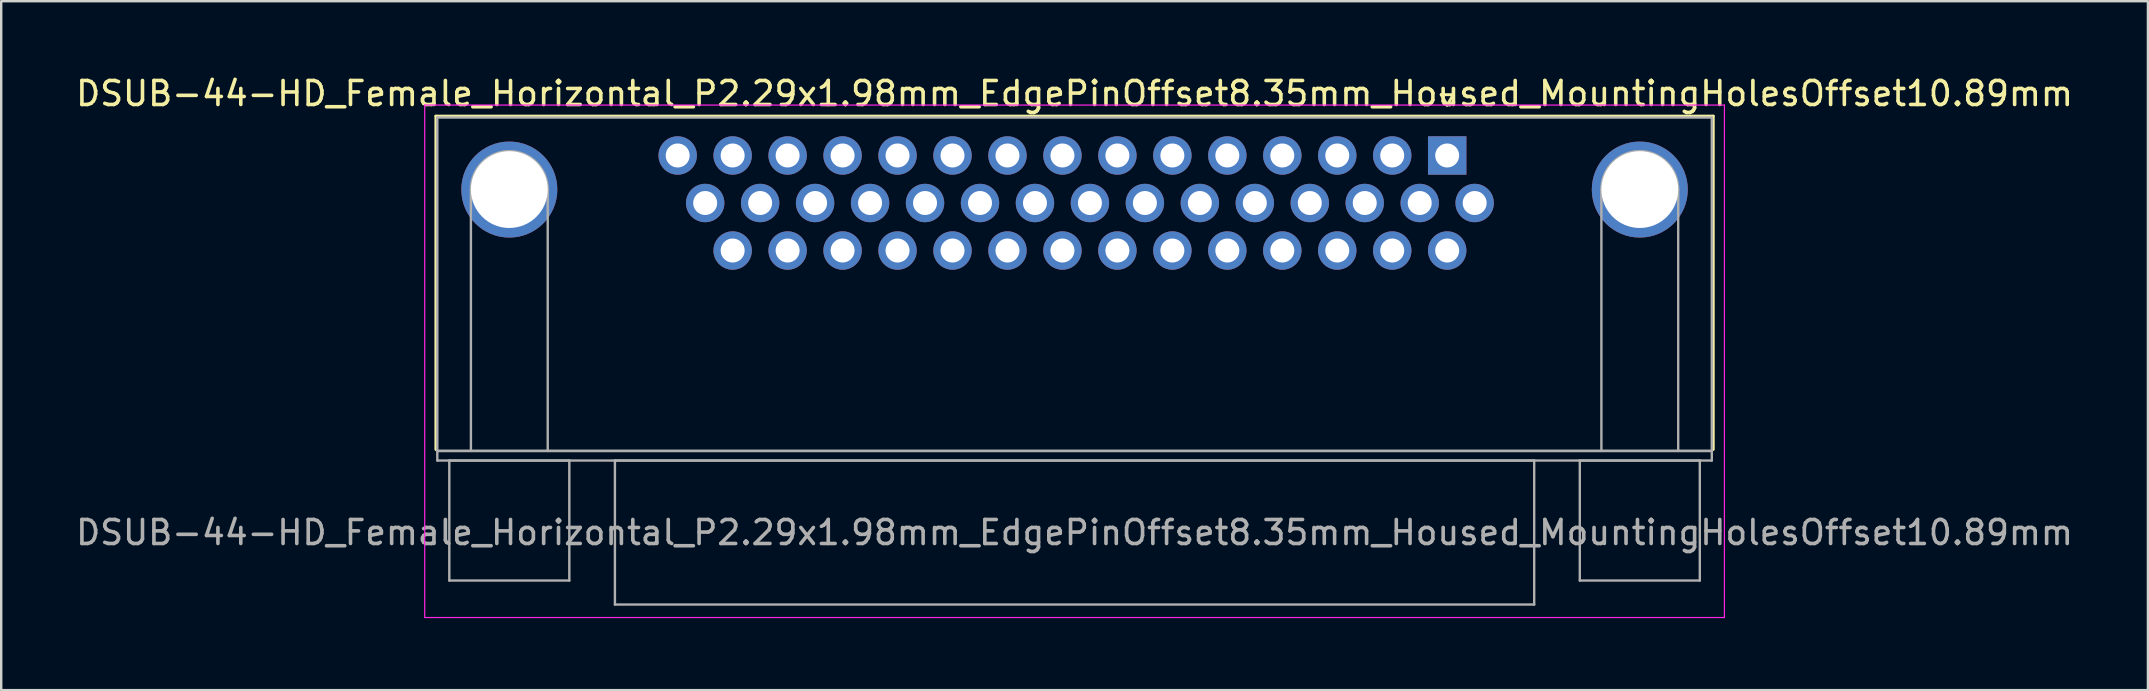
<source format=kicad_pcb>
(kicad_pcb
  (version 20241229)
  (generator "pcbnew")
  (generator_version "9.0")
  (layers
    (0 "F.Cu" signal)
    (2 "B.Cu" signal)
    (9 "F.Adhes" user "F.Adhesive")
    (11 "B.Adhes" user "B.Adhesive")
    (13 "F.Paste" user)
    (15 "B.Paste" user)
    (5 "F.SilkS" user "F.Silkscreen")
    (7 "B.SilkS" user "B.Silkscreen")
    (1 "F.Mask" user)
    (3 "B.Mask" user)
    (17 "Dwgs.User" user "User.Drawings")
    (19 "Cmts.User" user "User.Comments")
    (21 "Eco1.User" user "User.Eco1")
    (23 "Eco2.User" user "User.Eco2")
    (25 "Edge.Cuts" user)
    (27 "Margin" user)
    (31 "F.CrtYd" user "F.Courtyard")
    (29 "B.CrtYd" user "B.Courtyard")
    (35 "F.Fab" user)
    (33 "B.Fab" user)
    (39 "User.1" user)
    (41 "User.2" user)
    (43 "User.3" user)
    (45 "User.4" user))
  (footprint "DSUB-44-HD_Female_Horizontal_P2.29x1.98mm_EdgePinOffset8.35mm_Housed_MountingHolesOffset10.89mm"
    (layer "F.Cu")
    (at 57.245 3.428)
    (property "Reference" "DSUB-44-HD_Female_Horizontal_P2.29x1.98mm_EdgePinOffset8.35mm_Housed_MountingHolesOffset10.89mm" (at -15.525 -2.58 0) (layer "F.SilkS") (effects (font (size 1 1) (thickness 0.15))))
    (attr through_hole)
    (fp_line (start -42.135 -1.64) (end 11.085 -1.64) (stroke (width 0.12) (type solid)) (layer "F.SilkS"))
    (fp_line (start -42.135 12.25) (end -42.135 -1.64) (stroke (width 0.12) (type solid)) (layer "F.SilkS"))
    (fp_line (start -0.25 -2.534) (end 0.25 -2.534) (stroke (width 0.12) (type solid)) (layer "F.SilkS"))
    (fp_line (start 0 -2.101) (end -0.25 -2.534) (stroke (width 0.12) (type solid)) (layer "F.SilkS"))
    (fp_line (start 0.25 -2.534) (end 0 -2.101) (stroke (width 0.12) (type solid)) (layer "F.SilkS"))
    (fp_line (start 11.085 -1.64) (end 11.085 12.25) (stroke (width 0.12) (type solid)) (layer "F.SilkS"))
    (fp_line (start -42.6 -2.1) (end -42.6 19.25) (stroke (width 0.05) (type solid)) (layer "F.CrtYd"))
    (fp_line (start -42.6 19.25) (end 11.55 19.25) (stroke (width 0.05) (type solid)) (layer "F.CrtYd"))
    (fp_line (start 11.55 -2.1) (end -42.6 -2.1) (stroke (width 0.05) (type solid)) (layer "F.CrtYd"))
    (fp_line (start 11.55 19.25) (end 11.55 -2.1) (stroke (width 0.05) (type solid)) (layer "F.CrtYd"))
    (fp_line (start -42.075 -1.58) (end -42.075 12.31) (stroke (width 0.1) (type solid)) (layer "F.Fab"))
    (fp_line (start -42.075 12.31) (end -42.075 12.71) (stroke (width 0.1) (type solid)) (layer "F.Fab"))
    (fp_line (start -42.075 12.31) (end 11.025 12.31) (stroke (width 0.1) (type solid)) (layer "F.Fab"))
    (fp_line (start -42.075 12.71) (end 11.025 12.71) (stroke (width 0.1) (type solid)) (layer "F.Fab"))
    (fp_line (start -41.575 12.71) (end -41.575 17.71) (stroke (width 0.1) (type solid)) (layer "F.Fab"))
    (fp_line (start -41.575 17.71) (end -36.575 17.71) (stroke (width 0.1) (type solid)) (layer "F.Fab"))
    (fp_line (start -40.675 12.31) (end -40.675 1.42) (stroke (width 0.1) (type solid)) (layer "F.Fab"))
    (fp_line (start -37.475 12.31) (end -37.475 1.42) (stroke (width 0.1) (type solid)) (layer "F.Fab"))
    (fp_line (start -36.575 12.71) (end -41.575 12.71) (stroke (width 0.1) (type solid)) (layer "F.Fab"))
    (fp_line (start -36.575 17.71) (end -36.575 12.71) (stroke (width 0.1) (type solid)) (layer "F.Fab"))
    (fp_line (start -34.675 12.71) (end -34.675 18.71) (stroke (width 0.1) (type solid)) (layer "F.Fab"))
    (fp_line (start -34.675 18.71) (end 3.625 18.71) (stroke (width 0.1) (type solid)) (layer "F.Fab"))
    (fp_line (start 3.625 12.71) (end -34.675 12.71) (stroke (width 0.1) (type solid)) (layer "F.Fab"))
    (fp_line (start 3.625 18.71) (end 3.625 12.71) (stroke (width 0.1) (type solid)) (layer "F.Fab"))
    (fp_line (start 5.525 12.71) (end 5.525 17.71) (stroke (width 0.1) (type solid)) (layer "F.Fab"))
    (fp_line (start 5.525 17.71) (end 10.525 17.71) (stroke (width 0.1) (type solid)) (layer "F.Fab"))
    (fp_line (start 6.425 12.31) (end 6.425 1.42) (stroke (width 0.1) (type solid)) (layer "F.Fab"))
    (fp_line (start 9.625 12.31) (end 9.625 1.42) (stroke (width 0.1) (type solid)) (layer "F.Fab"))
    (fp_line (start 10.525 12.71) (end 5.525 12.71) (stroke (width 0.1) (type solid)) (layer "F.Fab"))
    (fp_line (start 10.525 17.71) (end 10.525 12.71) (stroke (width 0.1) (type solid)) (layer "F.Fab"))
    (fp_line (start 11.025 -1.58) (end -42.075 -1.58) (stroke (width 0.1) (type solid)) (layer "F.Fab"))
    (fp_line (start 11.025 12.31) (end -42.075 12.31) (stroke (width 0.1) (type solid)) (layer "F.Fab"))
    (fp_line (start 11.025 12.31) (end 11.025 -1.58) (stroke (width 0.1) (type solid)) (layer "F.Fab"))
    (fp_line (start 11.025 12.71) (end 11.025 12.31) (stroke (width 0.1) (type solid)) (layer "F.Fab"))
    (fp_arc (start -40.675 1.42) (mid -39.075 -0.18) (end -37.475 1.42) (stroke (width 0.1) (type solid)) (layer "F.Fab"))
    (fp_arc (start 6.425 1.42) (mid 8.025 -0.18) (end 9.625 1.42) (stroke (width 0.1) (type solid)) (layer "F.Fab"))
    (fp_text user "${REFERENCE}" (at -15.525 15.71 0) (layer "F.Fab") (effects (font (size 1 1) (thickness 0.15))))
    (pad "0" thru_hole circle (at -39.075 1.42) (size 4 4) (drill 3.2) (layers "*.Cu" "*.Mask"))
    (pad "0" thru_hole circle (at 8.025 1.42) (size 4 4) (drill 3.2) (layers "*.Cu" "*.Mask"))
    (pad "1" thru_hole rect (at 0 0) (size 1.6 1.6) (drill 1) (layers "*.Cu" "*.Mask"))
    (pad "2" thru_hole circle (at -2.29 0) (size 1.6 1.6) (drill 1) (layers "*.Cu" "*.Mask"))
    (pad "3" thru_hole circle (at -4.58 0) (size 1.6 1.6) (drill 1) (layers "*.Cu" "*.Mask"))
    (pad "4" thru_hole circle (at -6.87 0) (size 1.6 1.6) (drill 1) (layers "*.Cu" "*.Mask"))
    (pad "5" thru_hole circle (at -9.16 0) (size 1.6 1.6) (drill 1) (layers "*.Cu" "*.Mask"))
    (pad "6" thru_hole circle (at -11.45 0) (size 1.6 1.6) (drill 1) (layers "*.Cu" "*.Mask"))
    (pad "7" thru_hole circle (at -13.74 0) (size 1.6 1.6) (drill 1) (layers "*.Cu" "*.Mask"))
    (pad "8" thru_hole circle (at -16.03 0) (size 1.6 1.6) (drill 1) (layers "*.Cu" "*.Mask"))
    (pad "9" thru_hole circle (at -18.32 0) (size 1.6 1.6) (drill 1) (layers "*.Cu" "*.Mask"))
    (pad "10" thru_hole circle (at -20.61 0) (size 1.6 1.6) (drill 1) (layers "*.Cu" "*.Mask"))
    (pad "11" thru_hole circle (at -22.9 0) (size 1.6 1.6) (drill 1) (layers "*.Cu" "*.Mask"))
    (pad "12" thru_hole circle (at -25.19 0) (size 1.6 1.6) (drill 1) (layers "*.Cu" "*.Mask"))
    (pad "13" thru_hole circle (at -27.48 0) (size 1.6 1.6) (drill 1) (layers "*.Cu" "*.Mask"))
    (pad "14" thru_hole circle (at -29.77 0) (size 1.6 1.6) (drill 1) (layers "*.Cu" "*.Mask"))
    (pad "15" thru_hole circle (at -32.06 0) (size 1.6 1.6) (drill 1) (layers "*.Cu" "*.Mask"))
    (pad "16" thru_hole circle (at 1.145 1.98) (size 1.6 1.6) (drill 1) (layers "*.Cu" "*.Mask"))
    (pad "17" thru_hole circle (at -1.145 1.98) (size 1.6 1.6) (drill 1) (layers "*.Cu" "*.Mask"))
    (pad "18" thru_hole circle (at -3.435 1.98) (size 1.6 1.6) (drill 1) (layers "*.Cu" "*.Mask"))
    (pad "19" thru_hole circle (at -5.725 1.98) (size 1.6 1.6) (drill 1) (layers "*.Cu" "*.Mask"))
    (pad "20" thru_hole circle (at -8.015 1.98) (size 1.6 1.6) (drill 1) (layers "*.Cu" "*.Mask"))
    (pad "21" thru_hole circle (at -10.305 1.98) (size 1.6 1.6) (drill 1) (layers "*.Cu" "*.Mask"))
    (pad "22" thru_hole circle (at -12.595 1.98) (size 1.6 1.6) (drill 1) (layers "*.Cu" "*.Mask"))
    (pad "23" thru_hole circle (at -14.885 1.98) (size 1.6 1.6) (drill 1) (layers "*.Cu" "*.Mask"))
    (pad "24" thru_hole circle (at -17.175 1.98) (size 1.6 1.6) (drill 1) (layers "*.Cu" "*.Mask"))
    (pad "25" thru_hole circle (at -19.465 1.98) (size 1.6 1.6) (drill 1) (layers "*.Cu" "*.Mask"))
    (pad "26" thru_hole circle (at -21.755 1.98) (size 1.6 1.6) (drill 1) (layers "*.Cu" "*.Mask"))
    (pad "27" thru_hole circle (at -24.045 1.98) (size 1.6 1.6) (drill 1) (layers "*.Cu" "*.Mask"))
    (pad "28" thru_hole circle (at -26.335 1.98) (size 1.6 1.6) (drill 1) (layers "*.Cu" "*.Mask"))
    (pad "29" thru_hole circle (at -28.625 1.98) (size 1.6 1.6) (drill 1) (layers "*.Cu" "*.Mask"))
    (pad "30" thru_hole circle (at -30.915 1.98) (size 1.6 1.6) (drill 1) (layers "*.Cu" "*.Mask"))
    (pad "31" thru_hole circle (at 0 3.96) (size 1.6 1.6) (drill 1) (layers "*.Cu" "*.Mask"))
    (pad "32" thru_hole circle (at -2.29 3.96) (size 1.6 1.6) (drill 1) (layers "*.Cu" "*.Mask"))
    (pad "33" thru_hole circle (at -4.58 3.96) (size 1.6 1.6) (drill 1) (layers "*.Cu" "*.Mask"))
    (pad "34" thru_hole circle (at -6.87 3.96) (size 1.6 1.6) (drill 1) (layers "*.Cu" "*.Mask"))
    (pad "35" thru_hole circle (at -9.16 3.96) (size 1.6 1.6) (drill 1) (layers "*.Cu" "*.Mask"))
    (pad "36" thru_hole circle (at -11.45 3.96) (size 1.6 1.6) (drill 1) (layers "*.Cu" "*.Mask"))
    (pad "37" thru_hole circle (at -13.74 3.96) (size 1.6 1.6) (drill 1) (layers "*.Cu" "*.Mask"))
    (pad "38" thru_hole circle (at -16.03 3.96) (size 1.6 1.6) (drill 1) (layers "*.Cu" "*.Mask"))
    (pad "39" thru_hole circle (at -18.32 3.96) (size 1.6 1.6) (drill 1) (layers "*.Cu" "*.Mask"))
    (pad "40" thru_hole circle (at -20.61 3.96) (size 1.6 1.6) (drill 1) (layers "*.Cu" "*.Mask"))
    (pad "41" thru_hole circle (at -22.9 3.96) (size 1.6 1.6) (drill 1) (layers "*.Cu" "*.Mask"))
    (pad "42" thru_hole circle (at -25.19 3.96) (size 1.6 1.6) (drill 1) (layers "*.Cu" "*.Mask"))
    (pad "43" thru_hole circle (at -27.48 3.96) (size 1.6 1.6) (drill 1) (layers "*.Cu" "*.Mask"))
    (pad "44" thru_hole circle (at -29.77 3.96) (size 1.6 1.6) (drill 1) (layers "*.Cu" "*.Mask")))
  (gr_rect
    (start -3 -3)
    (end 86.44 25.703)
    (stroke (width 0.1) (type default))
    (fill no)
    (layer "Edge.Cuts")))
</source>
